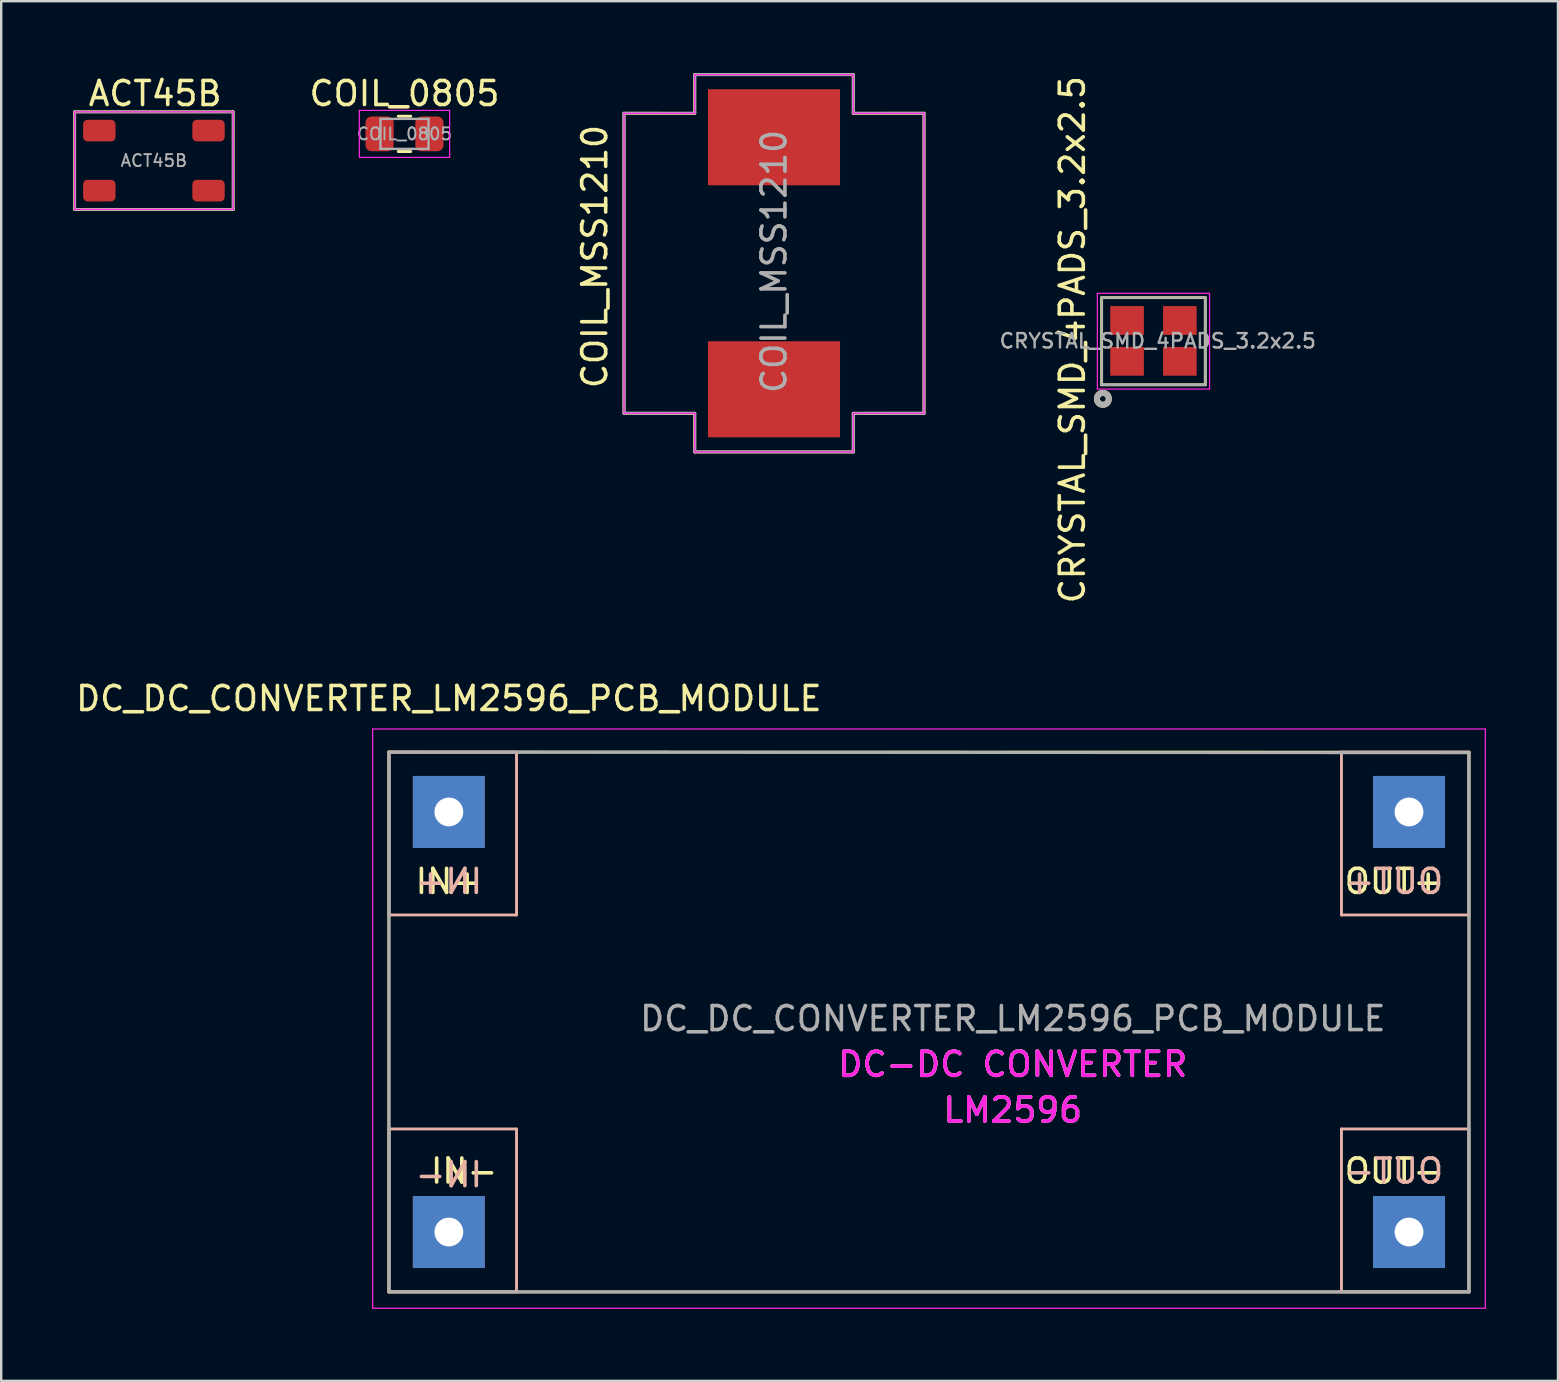
<source format=kicad_pcb>
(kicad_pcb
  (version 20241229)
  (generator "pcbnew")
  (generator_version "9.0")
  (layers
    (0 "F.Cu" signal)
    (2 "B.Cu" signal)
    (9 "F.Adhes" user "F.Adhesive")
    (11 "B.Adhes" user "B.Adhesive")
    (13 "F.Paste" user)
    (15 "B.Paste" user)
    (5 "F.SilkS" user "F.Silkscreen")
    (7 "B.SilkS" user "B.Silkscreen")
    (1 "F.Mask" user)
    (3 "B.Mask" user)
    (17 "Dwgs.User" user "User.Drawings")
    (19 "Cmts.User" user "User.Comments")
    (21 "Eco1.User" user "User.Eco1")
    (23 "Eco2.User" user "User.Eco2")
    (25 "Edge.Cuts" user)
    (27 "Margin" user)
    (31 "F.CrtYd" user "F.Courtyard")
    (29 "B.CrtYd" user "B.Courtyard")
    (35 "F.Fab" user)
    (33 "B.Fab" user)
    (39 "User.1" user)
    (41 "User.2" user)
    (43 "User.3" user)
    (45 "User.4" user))
  (footprint "CRYSTAL_SMD_4PADS_3.2x2.5"
    (layer "F.Cu")
    (at 45.003 11.152)
    (property "Reference" "CRYSTAL_SMD_4PADS_3.2x2.5" (at -3.378 -0.051 90) (layer "F.SilkS") (effects (font (size 1 1) (thickness 0.15))))
    (attr through_hole)
    (fp_line (start -2.159 -1.803) (end -2.159 1.829) (stroke (width 0.12) (type solid)) (layer "F.SilkS"))
    (fp_line (start -2.159 1.829) (end 2.159 1.829) (stroke (width 0.12) (type solid)) (layer "F.SilkS"))
    (fp_line (start 2.159 -1.803) (end -2.159 -1.803) (stroke (width 0.12) (type solid)) (layer "F.SilkS"))
    (fp_line (start 2.159 1.829) (end 2.159 -1.803) (stroke (width 0.12) (type solid)) (layer "F.SilkS"))
    (fp_circle (center -2.108 2.413) (end -1.985 2.413) (stroke (width 0.25) (type solid)) (fill no) (layer "F.SilkS"))
    (fp_line (start -2.337 -1.981) (end -2.337 2.007) (stroke (width 0.05) (type solid)) (layer "F.CrtYd"))
    (fp_line (start -2.337 -1.981) (end 2.337 -1.981) (stroke (width 0.05) (type solid)) (layer "F.CrtYd"))
    (fp_line (start -2.337 2.007) (end 2.337 2.007) (stroke (width 0.05) (type solid)) (layer "F.CrtYd"))
    (fp_line (start 2.337 2.007) (end 2.337 -1.981) (stroke (width 0.05) (type solid)) (layer "F.CrtYd"))
    (fp_line (start -2.159 -1.803) (end 2.159 -1.803) (stroke (width 0.1) (type solid)) (layer "F.Fab"))
    (fp_line (start -2.159 1.829) (end -2.159 -1.803) (stroke (width 0.1) (type solid)) (layer "F.Fab"))
    (fp_line (start 2.159 -1.803) (end 2.159 1.829) (stroke (width 0.1) (type solid)) (layer "F.Fab"))
    (fp_line (start 2.159 1.829) (end -2.159 1.829) (stroke (width 0.1) (type solid)) (layer "F.Fab"))
    (fp_circle (center -2.108 2.413) (end -1.985 2.413) (stroke (width 0.25) (type solid)) (fill no) (layer "F.Fab"))
    (fp_text user "${REFERENCE}" (at 0.178 0 180) (layer "F.Fab") (effects (font (size 0.6 0.6) (thickness 0.1))))
    (pad "1" smd rect (at -1.1 0.85) (size 1.4 1.2) (layers "F.Cu" "F.Mask" "F.Paste"))
    (pad "2" smd rect (at 1.1 -0.85) (size 1.4 1.2) (layers "F.Cu" "F.Mask" "F.Paste"))
    (pad "3" smd rect (at -1.1 -0.85) (size 1.4 1.2) (layers "F.Cu" "F.Mask" "F.Paste"))
    (pad "3" smd rect (at 1.1 0.85) (size 1.4 1.2) (layers "F.Cu" "F.Mask" "F.Paste")))
  (footprint "COIL_MSS1210"
    (layer "F.Cu")
    (at 29.195 7.918)
    (property "Reference" "COIL_MSS1210" (at -7.468 -0.279 90) (layer "F.SilkS") (effects (font (size 1 1) (thickness 0.15))))
    (attr through_hole)
    (fp_line (start -6.25 -6.25) (end -6.25 6.25) (stroke (width 0.12) (type solid)) (layer "F.SilkS"))
    (fp_line (start -3.302 -7.858) (end -3.302 -6.248) (stroke (width 0.12) (type solid)) (layer "F.SilkS"))
    (fp_line (start -3.302 -7.858) (end 3.302 -7.858) (stroke (width 0.12) (type solid)) (layer "F.SilkS"))
    (fp_line (start -3.302 -6.248) (end -6.25 -6.25) (stroke (width 0.12) (type solid)) (layer "F.SilkS"))
    (fp_line (start -3.302 6.252) (end -6.25 6.25) (stroke (width 0.12) (type solid)) (layer "F.SilkS"))
    (fp_line (start -3.302 6.252) (end -3.302 7.861) (stroke (width 0.12) (type solid)) (layer "F.SilkS"))
    (fp_line (start -3.302 7.861) (end 3.302 7.861) (stroke (width 0.12) (type solid)) (layer "F.SilkS"))
    (fp_line (start 3.302 -7.858) (end 3.302 -6.248) (stroke (width 0.12) (type solid)) (layer "F.SilkS"))
    (fp_line (start 3.302 -6.248) (end 6.25 -6.25) (stroke (width 0.12) (type solid)) (layer "F.SilkS"))
    (fp_line (start 3.302 6.252) (end 3.302 7.861) (stroke (width 0.12) (type solid)) (layer "F.SilkS"))
    (fp_line (start 3.302 6.252) (end 6.25 6.25) (stroke (width 0.12) (type solid)) (layer "F.SilkS"))
    (fp_line (start 6.25 -6.25) (end 6.25 6.25) (stroke (width 0.12) (type solid)) (layer "F.SilkS"))
    (fp_line (start -6.248 -6.248) (end -3.302 -6.248) (stroke (width 0.05) (type solid)) (layer "F.CrtYd"))
    (fp_line (start -6.248 6.248) (end -6.248 -6.248) (stroke (width 0.05) (type solid)) (layer "F.CrtYd"))
    (fp_line (start -3.302 -7.858) (end -3.302 -6.248) (stroke (width 0.05) (type solid)) (layer "F.CrtYd"))
    (fp_line (start -3.302 -7.858) (end 3.302 -7.858) (stroke (width 0.05) (type solid)) (layer "F.CrtYd"))
    (fp_line (start -3.302 6.248) (end -6.248 6.248) (stroke (width 0.05) (type solid)) (layer "F.CrtYd"))
    (fp_line (start -3.302 6.248) (end -3.302 7.858) (stroke (width 0.05) (type solid)) (layer "F.CrtYd"))
    (fp_line (start 3.302 -7.858) (end 3.302 -6.248) (stroke (width 0.05) (type solid)) (layer "F.CrtYd"))
    (fp_line (start 3.302 -6.248) (end 6.248 -6.248) (stroke (width 0.05) (type solid)) (layer "F.CrtYd"))
    (fp_line (start 3.302 6.248) (end 3.302 7.858) (stroke (width 0.05) (type solid)) (layer "F.CrtYd"))
    (fp_line (start 3.302 7.858) (end -3.302 7.858) (stroke (width 0.05) (type solid)) (layer "F.CrtYd"))
    (fp_line (start 6.248 -6.248) (end 6.248 6.248) (stroke (width 0.05) (type solid)) (layer "F.CrtYd"))
    (fp_line (start 6.248 6.248) (end 3.302 6.248) (stroke (width 0.05) (type solid)) (layer "F.CrtYd"))
    (fp_line (start -6.248 -6.248) (end -3.302 -6.248) (stroke (width 0.12) (type solid)) (layer "F.Fab"))
    (fp_line (start -6.248 6.248) (end -6.248 -6.248) (stroke (width 0.12) (type solid)) (layer "F.Fab"))
    (fp_line (start -3.302 -7.858) (end -3.302 -6.248) (stroke (width 0.12) (type solid)) (layer "F.Fab"))
    (fp_line (start -3.302 -7.858) (end 3.302 -7.858) (stroke (width 0.12) (type solid)) (layer "F.Fab"))
    (fp_line (start -3.302 6.248) (end -6.248 6.248) (stroke (width 0.12) (type solid)) (layer "F.Fab"))
    (fp_line (start -3.302 6.248) (end -3.302 7.858) (stroke (width 0.12) (type solid)) (layer "F.Fab"))
    (fp_line (start 3.302 -7.858) (end 3.302 -6.248) (stroke (width 0.12) (type solid)) (layer "F.Fab"))
    (fp_line (start 3.302 -6.248) (end 6.248 -6.248) (stroke (width 0.12) (type solid)) (layer "F.Fab"))
    (fp_line (start 3.302 6.248) (end 3.302 7.858) (stroke (width 0.12) (type solid)) (layer "F.Fab"))
    (fp_line (start 3.302 7.858) (end -3.302 7.858) (stroke (width 0.12) (type solid)) (layer "F.Fab"))
    (fp_line (start 6.248 -6.248) (end 6.248 6.248) (stroke (width 0.12) (type solid)) (layer "F.Fab"))
    (fp_line (start 6.248 6.248) (end 3.302 6.248) (stroke (width 0.12) (type solid)) (layer "F.Fab"))
    (fp_text user "${REFERENCE}" (at 0 -0.076 90) (layer "F.Fab") (effects (font (size 1 1) (thickness 0.15))))
    (pad "1" smd rect (at 0 -5.25) (size 5.5 4) (layers "F.Cu" "F.Mask" "F.Paste"))
    (pad "2" smd rect (at 0 5.25) (size 5.5 4) (layers "F.Cu" "F.Mask" "F.Paste")))
  (footprint "DC_DC_CONVERTER_LM2596_PCB_MODULE"
    (layer "F.Cu")
    (at 15.649 48.276)
    (property "Reference" "DC_DC_CONVERTER_LM2596_PCB_MODULE" (at 0 -22.225 180) (layer "F.SilkS") (effects (font (size 1 1) (thickness 0.15))))
    (attr through_hole)
    (fp_line (start -2.5 -20) (end -2.5 2.5) (stroke (width 0.12) (type solid)) (layer "F.SilkS"))
    (fp_line (start -2.5 -20) (end 42.5 -19.99) (stroke (width 0.12) (type solid)) (layer "F.SilkS"))
    (fp_line (start -2.5 2.5) (end 42.5 2.5) (stroke (width 0.12) (type solid)) (layer "F.SilkS"))
    (fp_line (start 42.5 -19.99) (end 42.5 2.5) (stroke (width 0.12) (type solid)) (layer "F.SilkS"))
    (fp_line (start -2.489 -19.99) (end -2.489 -13.208) (stroke (width 0.12) (type solid)) (layer "B.SilkS"))
    (fp_line (start -2.489 -13.208) (end 2.819 -13.208) (stroke (width 0.12) (type solid)) (layer "B.SilkS"))
    (fp_line (start -2.489 2.489) (end -2.489 -4.293) (stroke (width 0.12) (type solid)) (layer "B.SilkS"))
    (fp_line (start -2.489 2.489) (end 2.819 2.489) (stroke (width 0.12) (type solid)) (layer "B.SilkS"))
    (fp_line (start 2.819 -19.99) (end -2.489 -19.99) (stroke (width 0.12) (type solid)) (layer "B.SilkS"))
    (fp_line (start 2.819 -19.99) (end 2.819 -13.208) (stroke (width 0.12) (type solid)) (layer "B.SilkS"))
    (fp_line (start 2.819 -4.293) (end -2.489 -4.293) (stroke (width 0.12) (type solid)) (layer "B.SilkS"))
    (fp_line (start 2.819 2.489) (end 2.819 -4.293) (stroke (width 0.12) (type solid)) (layer "B.SilkS"))
    (fp_line (start 37.186 -19.99) (end 37.186 -13.208) (stroke (width 0.12) (type solid)) (layer "B.SilkS"))
    (fp_line (start 37.186 -13.208) (end 42.494 -13.208) (stroke (width 0.12) (type solid)) (layer "B.SilkS"))
    (fp_line (start 37.186 -4.293) (end 37.186 2.489) (stroke (width 0.12) (type solid)) (layer "B.SilkS"))
    (fp_line (start 37.186 2.489) (end 42.494 2.489) (stroke (width 0.12) (type solid)) (layer "B.SilkS"))
    (fp_line (start 42.494 -19.99) (end 37.186 -19.99) (stroke (width 0.12) (type solid)) (layer "B.SilkS"))
    (fp_line (start 42.494 -19.99) (end 42.494 -13.208) (stroke (width 0.12) (type solid)) (layer "B.SilkS"))
    (fp_line (start 42.494 -4.293) (end 37.186 -4.293) (stroke (width 0.12) (type solid)) (layer "B.SilkS"))
    (fp_line (start 42.494 -4.293) (end 42.494 2.489) (stroke (width 0.12) (type solid)) (layer "B.SilkS"))
    (fp_line (start -3.175 -20.955) (end -3.175 3.175) (stroke (width 0.05) (type solid)) (layer "F.CrtYd"))
    (fp_line (start -3.175 3.175) (end 43.18 3.175) (stroke (width 0.05) (type solid)) (layer "F.CrtYd"))
    (fp_line (start 43.18 -20.955) (end -3.175 -20.955) (stroke (width 0.05) (type solid)) (layer "F.CrtYd"))
    (fp_line (start 43.18 3.175) (end 43.18 -20.955) (stroke (width 0.05) (type solid)) (layer "F.CrtYd"))
    (fp_line (start -2.489 -19.99) (end -2.489 2.489) (stroke (width 0.12) (type solid)) (layer "F.Fab"))
    (fp_line (start -2.489 2.489) (end 42.494 2.489) (stroke (width 0.12) (type solid)) (layer "F.Fab"))
    (fp_line (start 42.494 -19.964) (end -2.489 -19.99) (stroke (width 0.12) (type solid)) (layer "F.Fab"))
    (fp_line (start 42.494 2.489) (end 42.494 -19.964) (stroke (width 0.12) (type solid)) (layer "F.Fab"))
    (fp_text user "OUT+" (at 39.37 -14.605 0) (layer "F.SilkS") (effects (font (size 1 1) (thickness 0.15))))
    (fp_text user "DC-DC CONVERTER" (at 23.495 -6.985 0) (layer "F.SilkS") (effects (font (size 1 1) (thickness 0.15))))
    (fp_text user "IN-" (at 0.635 -2.54 0) (layer "F.SilkS") (effects (font (size 1 1) (thickness 0.15))))
    (fp_text user "LM2596" (at 23.495 -5.08 0) (layer "F.SilkS") (effects (font (size 1 1) (thickness 0.15))))
    (fp_text user "IN+" (at 0 -14.605 0) (layer "F.SilkS") (effects (font (size 1 1) (thickness 0.15))))
    (fp_text user "OUT-" (at 39.37 -2.54 0) (layer "F.SilkS") (effects (font (size 1 1) (thickness 0.15))))
    (fp_text user "IN+" (at 0 -14.605 0) (layer "B.SilkS") (effects (font (size 1 1) (thickness 0.15)) (justify mirror)))
    (fp_text user "OUT+" (at 39.37 -14.605 0) (layer "B.SilkS") (effects (font (size 1 1) (thickness 0.15)) (justify mirror)))
    (fp_text user "IN-" (at 0 -2.388 0) (layer "B.SilkS") (effects (font (size 1 1) (thickness 0.15)) (justify mirror)))
    (fp_text user "OUT-" (at 39.37 -2.54 0) (layer "B.SilkS") (effects (font (size 1 1) (thickness 0.15)) (justify mirror)))
    (fp_text user "DC-DC CONVERTER" (at 23.495 -6.985 0) (layer "F.CrtYd") (effects (font (size 1 1) (thickness 0.15))))
    (fp_text user "LM2596" (at 23.495 -5.08 0) (layer "F.CrtYd") (effects (font (size 1 1) (thickness 0.15))))
    (fp_text user "${REFERENCE}" (at 23.495 -8.89 180) (layer "F.Fab") (effects (font (size 1 1) (thickness 0.15))))
    (fp_text user "DC-DC CONVERTER" (at 23.495 -6.985 0) (layer "F.Fab") (effects (font (size 1 1) (thickness 0.15))))
    (fp_text user "LM2596" (at 23.495 -5.08 0) (layer "F.Fab") (effects (font (size 1 1) (thickness 0.15))))
    (pad "1" thru_hole rect (at 0 -17.5) (size 3 3) (drill 1.2) (layers "*.Cu" "*.Mask"))
    (pad "2" thru_hole rect (at 0 0) (size 3 3) (drill 1.2) (layers "*.Cu" "*.Mask"))
    (pad "3" thru_hole rect (at 40 0) (size 3 3) (drill 1.2) (layers "*.Cu" "*.Mask"))
    (pad "4" thru_hole rect (at 40 -17.5) (size 3 3) (drill 1.2) (layers "*.Cu" "*.Mask")))
  (footprint "ACT45B"
    (layer "F.Cu")
    (at 3.362 3.642)
    (property "Reference" "ACT45B" (at 0.051 -2.794 0) (layer "F.SilkS") (effects (font (size 1 1) (thickness 0.15))))
    (attr smd)
    (fp_line (start -3.302 -2.032) (end -3.302 2.032) (stroke (width 0.12) (type solid)) (layer "F.SilkS"))
    (fp_line (start -3.302 2.032) (end 3.302 2.032) (stroke (width 0.12) (type solid)) (layer "F.SilkS"))
    (fp_line (start 3.302 -2.032) (end -3.302 -2.032) (stroke (width 0.12) (type solid)) (layer "F.SilkS"))
    (fp_line (start 3.302 2.032) (end 3.302 -2.032) (stroke (width 0.12) (type solid)) (layer "F.SilkS"))
    (fp_line (start -3.302 -2.032) (end -3.302 2.032) (stroke (width 0.05) (type solid)) (layer "F.CrtYd"))
    (fp_line (start -3.302 2.032) (end 3.302 2.032) (stroke (width 0.05) (type solid)) (layer "F.CrtYd"))
    (fp_line (start 3.302 -2.032) (end -3.302 -2.032) (stroke (width 0.05) (type solid)) (layer "F.CrtYd"))
    (fp_line (start 3.302 2.032) (end 3.302 -2.032) (stroke (width 0.05) (type solid)) (layer "F.CrtYd"))
    (fp_line (start -3.302 -2.032) (end -3.302 2.032) (stroke (width 0.1) (type solid)) (layer "F.Fab"))
    (fp_line (start -3.302 2.032) (end 3.302 2.032) (stroke (width 0.1) (type solid)) (layer "F.Fab"))
    (fp_line (start 3.302 -2.032) (end -3.302 -2.032) (stroke (width 0.1) (type solid)) (layer "F.Fab"))
    (fp_line (start 3.302 2.032) (end 3.302 -2.032) (stroke (width 0.1) (type solid)) (layer "F.Fab"))
    (fp_text user "${REFERENCE}" (at 0 0 0) (layer "F.Fab") (effects (font (size 0.5 0.5) (thickness 0.08))))
    (pad "1" smd roundrect (at -2.275 -1.25) (size 1.35 0.9) (layers "F.Cu" "F.Mask" "F.Paste") (roundrect_rratio 0.208))
    (pad "2" smd roundrect (at -2.275 1.25) (size 1.35 0.9) (layers "F.Cu" "F.Mask" "F.Paste") (roundrect_rratio 0.208))
    (pad "3" smd roundrect (at 2.275 1.25) (size 1.35 0.9) (layers "F.Cu" "F.Mask" "F.Paste") (roundrect_rratio 0.208))
    (pad "4" smd roundrect (at 2.275 -1.25) (size 1.35 0.9) (layers "F.Cu" "F.Mask" "F.Paste") (roundrect_rratio 0.208)))
  (footprint "COIL_0805"
    (layer "F.Cu")
    (at 13.801 2.528)
    (property "Reference" "COIL_0805" (at 0 -1.68 0) (layer "F.SilkS") (effects (font (size 1 1) (thickness 0.15))))
    (attr smd)
    (fp_line (start -0.261 -0.735) (end 0.261 -0.735) (stroke (width 0.12) (type solid)) (layer "F.SilkS"))
    (fp_line (start -0.261 0.735) (end 0.261 0.735) (stroke (width 0.12) (type solid)) (layer "F.SilkS"))
    (fp_line (start -1.88 -0.98) (end 1.88 -0.98) (stroke (width 0.05) (type solid)) (layer "F.CrtYd"))
    (fp_line (start -1.88 0.98) (end -1.88 -0.98) (stroke (width 0.05) (type solid)) (layer "F.CrtYd"))
    (fp_line (start 1.88 -0.98) (end 1.88 0.98) (stroke (width 0.05) (type solid)) (layer "F.CrtYd"))
    (fp_line (start 1.88 0.98) (end -1.88 0.98) (stroke (width 0.05) (type solid)) (layer "F.CrtYd"))
    (fp_line (start -1 -0.625) (end 1 -0.625) (stroke (width 0.1) (type solid)) (layer "F.Fab"))
    (fp_line (start -1 0.625) (end -1 -0.625) (stroke (width 0.1) (type solid)) (layer "F.Fab"))
    (fp_line (start 1 -0.625) (end 1 0.625) (stroke (width 0.1) (type solid)) (layer "F.Fab"))
    (fp_line (start 1 0.625) (end -1 0.625) (stroke (width 0.1) (type solid)) (layer "F.Fab"))
    (fp_text user "${REFERENCE}" (at 0 0 0) (layer "F.Fab") (effects (font (size 0.5 0.5) (thickness 0.08))))
    (pad "1" smd roundrect (at -1.038 0) (size 1.175 1.45) (layers "F.Cu" "F.Mask" "F.Paste") (roundrect_rratio 0.213))
    (pad "2" smd roundrect (at 1.038 0) (size 1.175 1.45) (layers "F.Cu" "F.Mask" "F.Paste") (roundrect_rratio 0.213)))
  (gr_rect
    (start -3 -3)
    (end 61.854 54.476)
    (stroke (width 0.1) (type default))
    (fill no)
    (layer "Edge.Cuts")))
</source>
